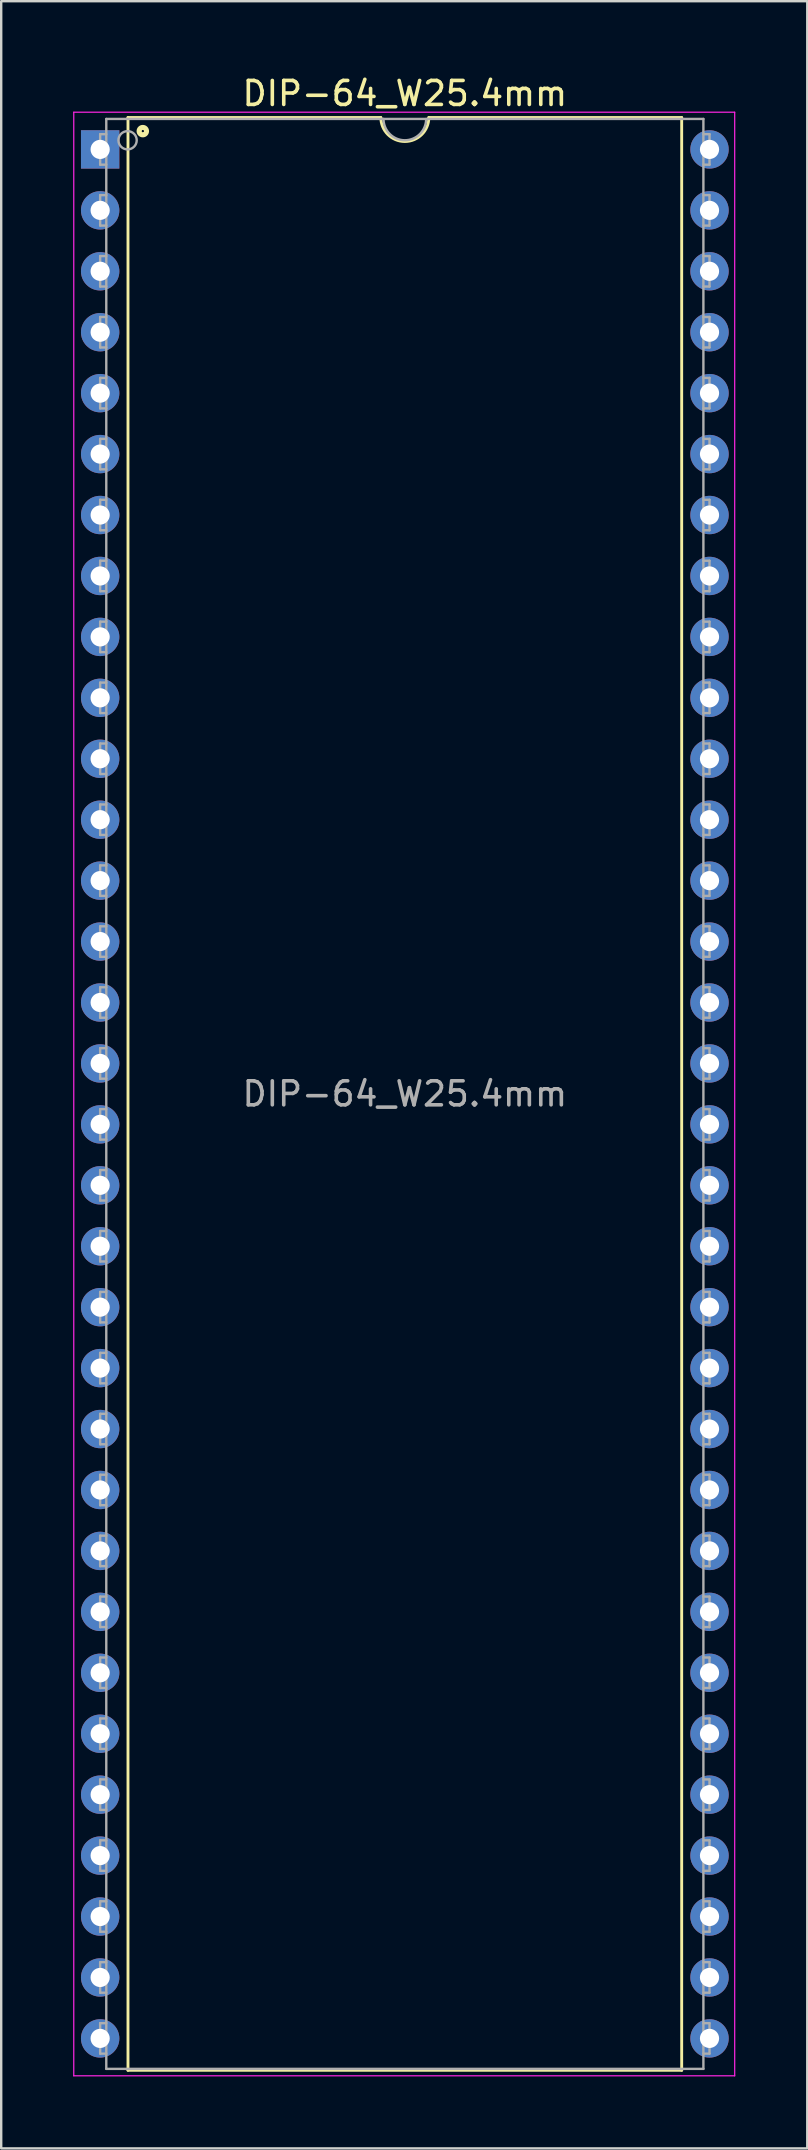
<source format=kicad_pcb>
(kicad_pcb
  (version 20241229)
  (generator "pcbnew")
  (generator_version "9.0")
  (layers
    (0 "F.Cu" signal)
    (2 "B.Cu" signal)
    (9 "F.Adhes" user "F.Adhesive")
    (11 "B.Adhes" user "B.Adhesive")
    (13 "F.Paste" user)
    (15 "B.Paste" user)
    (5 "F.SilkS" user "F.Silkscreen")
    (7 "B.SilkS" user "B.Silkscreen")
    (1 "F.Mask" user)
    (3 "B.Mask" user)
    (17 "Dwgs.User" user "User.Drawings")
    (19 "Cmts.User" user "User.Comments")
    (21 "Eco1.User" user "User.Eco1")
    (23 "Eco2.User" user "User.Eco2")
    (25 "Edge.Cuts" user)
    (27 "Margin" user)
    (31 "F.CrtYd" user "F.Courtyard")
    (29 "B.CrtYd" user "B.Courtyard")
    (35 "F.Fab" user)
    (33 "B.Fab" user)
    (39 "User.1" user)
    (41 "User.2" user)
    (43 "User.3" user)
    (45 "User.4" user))
  (footprint "DIP-64_W25.4mm"
    (layer "F.Cu")
    (at 1.125 3.178)
    (property "Reference" "DIP-64_W25.4mm" (at 12.7 -2.33 0) (layer "F.SilkS") (effects (font (size 1 1) (thickness 0.15))))
    (attr through_hole)
    (fp_line (start 1.16 -1.33) (end 1.16 80.07) (stroke (width 0.12) (type solid)) (layer "F.SilkS"))
    (fp_line (start 1.16 80.07) (end 24.24 80.07) (stroke (width 0.12) (type solid)) (layer "F.SilkS"))
    (fp_line (start 11.7 -1.33) (end 1.16 -1.33) (stroke (width 0.12) (type solid)) (layer "F.SilkS"))
    (fp_line (start 24.24 -1.33) (end 13.7 -1.33) (stroke (width 0.12) (type solid)) (layer "F.SilkS"))
    (fp_line (start 24.24 80.07) (end 24.24 -1.33) (stroke (width 0.12) (type solid)) (layer "F.SilkS"))
    (fp_arc (start 13.7 -1.33) (mid 12.7 -0.33) (end 11.7 -1.33) (stroke (width 0.12) (type solid)) (layer "F.SilkS"))
    (fp_circle (center 1.778 -0.762) (end 1.828 -0.762) (stroke (width 0.12) (type solid)) (fill no) (layer "F.SilkS"))
    (fp_circle (center 1.778 -0.762) (end 1.903 -0.762) (stroke (width 0.12) (type solid)) (fill no) (layer "F.SilkS"))
    (fp_circle (center 1.778 -0.762) (end 1.978 -0.762) (stroke (width 0.12) (type solid)) (fill no) (layer "F.SilkS"))
    (fp_line (start -1.1 -1.55) (end -1.1 80.3) (stroke (width 0.05) (type solid)) (layer "F.CrtYd"))
    (fp_line (start -1.1 80.3) (end 26.45 80.3) (stroke (width 0.05) (type solid)) (layer "F.CrtYd"))
    (fp_line (start 26.45 -1.55) (end -1.1 -1.55) (stroke (width 0.05) (type solid)) (layer "F.CrtYd"))
    (fp_line (start 26.45 80.3) (end 26.45 -1.55) (stroke (width 0.05) (type solid)) (layer "F.CrtYd"))
    (fp_line (start 0 -0.635) (end 0 0.635) (stroke (width 0.1) (type solid)) (layer "F.Fab"))
    (fp_line (start 0 -0.635) (end 0.254 -0.635) (stroke (width 0.1) (type solid)) (layer "F.Fab"))
    (fp_line (start 0 0.635) (end 0.254 0.635) (stroke (width 0.1) (type solid)) (layer "F.Fab"))
    (fp_line (start 0 1.905) (end 0 3.175) (stroke (width 0.1) (type solid)) (layer "F.Fab"))
    (fp_line (start 0 1.905) (end 0.254 1.905) (stroke (width 0.1) (type solid)) (layer "F.Fab"))
    (fp_line (start 0 3.175) (end 0.254 3.175) (stroke (width 0.1) (type solid)) (layer "F.Fab"))
    (fp_line (start 0 4.445) (end 0 5.715) (stroke (width 0.1) (type solid)) (layer "F.Fab"))
    (fp_line (start 0 4.445) (end 0.254 4.445) (stroke (width 0.1) (type solid)) (layer "F.Fab"))
    (fp_line (start 0 5.715) (end 0.254 5.715) (stroke (width 0.1) (type solid)) (layer "F.Fab"))
    (fp_line (start 0 6.985) (end 0 8.255) (stroke (width 0.1) (type solid)) (layer "F.Fab"))
    (fp_line (start 0 6.985) (end 0.254 6.985) (stroke (width 0.1) (type solid)) (layer "F.Fab"))
    (fp_line (start 0 8.255) (end 0.254 8.255) (stroke (width 0.1) (type solid)) (layer "F.Fab"))
    (fp_line (start 0 9.525) (end 0 10.795) (stroke (width 0.1) (type solid)) (layer "F.Fab"))
    (fp_line (start 0 9.525) (end 0.254 9.525) (stroke (width 0.1) (type solid)) (layer "F.Fab"))
    (fp_line (start 0 10.795) (end 0.254 10.795) (stroke (width 0.1) (type solid)) (layer "F.Fab"))
    (fp_line (start 0 12.065) (end 0 13.335) (stroke (width 0.1) (type solid)) (layer "F.Fab"))
    (fp_line (start 0 12.065) (end 0.254 12.065) (stroke (width 0.1) (type solid)) (layer "F.Fab"))
    (fp_line (start 0 13.335) (end 0.254 13.335) (stroke (width 0.1) (type solid)) (layer "F.Fab"))
    (fp_line (start 0 14.605) (end 0 15.875) (stroke (width 0.1) (type solid)) (layer "F.Fab"))
    (fp_line (start 0 14.605) (end 0.254 14.605) (stroke (width 0.1) (type solid)) (layer "F.Fab"))
    (fp_line (start 0 15.875) (end 0.254 15.875) (stroke (width 0.1) (type solid)) (layer "F.Fab"))
    (fp_line (start 0 17.145) (end 0 18.415) (stroke (width 0.1) (type solid)) (layer "F.Fab"))
    (fp_line (start 0 17.145) (end 0.254 17.145) (stroke (width 0.1) (type solid)) (layer "F.Fab"))
    (fp_line (start 0 18.415) (end 0.254 18.415) (stroke (width 0.1) (type solid)) (layer "F.Fab"))
    (fp_line (start 0 19.685) (end 0 20.955) (stroke (width 0.1) (type solid)) (layer "F.Fab"))
    (fp_line (start 0 19.685) (end 0.254 19.685) (stroke (width 0.1) (type solid)) (layer "F.Fab"))
    (fp_line (start 0 20.955) (end 0.254 20.955) (stroke (width 0.1) (type solid)) (layer "F.Fab"))
    (fp_line (start 0 22.225) (end 0 23.495) (stroke (width 0.1) (type solid)) (layer "F.Fab"))
    (fp_line (start 0 22.225) (end 0.254 22.225) (stroke (width 0.1) (type solid)) (layer "F.Fab"))
    (fp_line (start 0 23.495) (end 0.254 23.495) (stroke (width 0.1) (type solid)) (layer "F.Fab"))
    (fp_line (start 0 24.765) (end 0 26.035) (stroke (width 0.1) (type solid)) (layer "F.Fab"))
    (fp_line (start 0 24.765) (end 0.254 24.765) (stroke (width 0.1) (type solid)) (layer "F.Fab"))
    (fp_line (start 0 26.035) (end 0.254 26.035) (stroke (width 0.1) (type solid)) (layer "F.Fab"))
    (fp_line (start 0 27.305) (end 0 28.575) (stroke (width 0.1) (type solid)) (layer "F.Fab"))
    (fp_line (start 0 27.305) (end 0.254 27.305) (stroke (width 0.1) (type solid)) (layer "F.Fab"))
    (fp_line (start 0 28.575) (end 0.254 28.575) (stroke (width 0.1) (type solid)) (layer "F.Fab"))
    (fp_line (start 0 29.845) (end 0 31.115) (stroke (width 0.1) (type solid)) (layer "F.Fab"))
    (fp_line (start 0 29.845) (end 0.254 29.845) (stroke (width 0.1) (type solid)) (layer "F.Fab"))
    (fp_line (start 0 31.115) (end 0.254 31.115) (stroke (width 0.1) (type solid)) (layer "F.Fab"))
    (fp_line (start 0 32.385) (end 0 33.655) (stroke (width 0.1) (type solid)) (layer "F.Fab"))
    (fp_line (start 0 32.385) (end 0.254 32.385) (stroke (width 0.1) (type solid)) (layer "F.Fab"))
    (fp_line (start 0 33.655) (end 0.254 33.655) (stroke (width 0.1) (type solid)) (layer "F.Fab"))
    (fp_line (start 0 34.925) (end 0 36.195) (stroke (width 0.1) (type solid)) (layer "F.Fab"))
    (fp_line (start 0 34.925) (end 0.254 34.925) (stroke (width 0.1) (type solid)) (layer "F.Fab"))
    (fp_line (start 0 36.195) (end 0.254 36.195) (stroke (width 0.1) (type solid)) (layer "F.Fab"))
    (fp_line (start 0 37.465) (end 0 38.735) (stroke (width 0.1) (type solid)) (layer "F.Fab"))
    (fp_line (start 0 37.465) (end 0.254 37.465) (stroke (width 0.1) (type solid)) (layer "F.Fab"))
    (fp_line (start 0 38.735) (end 0.254 38.735) (stroke (width 0.1) (type solid)) (layer "F.Fab"))
    (fp_line (start 0 40.005) (end 0 41.275) (stroke (width 0.1) (type solid)) (layer "F.Fab"))
    (fp_line (start 0 40.005) (end 0.254 40.005) (stroke (width 0.1) (type solid)) (layer "F.Fab"))
    (fp_line (start 0 41.275) (end 0.254 41.275) (stroke (width 0.1) (type solid)) (layer "F.Fab"))
    (fp_line (start 0 42.545) (end 0 43.815) (stroke (width 0.1) (type solid)) (layer "F.Fab"))
    (fp_line (start 0 42.545) (end 0.254 42.545) (stroke (width 0.1) (type solid)) (layer "F.Fab"))
    (fp_line (start 0 43.815) (end 0.254 43.815) (stroke (width 0.1) (type solid)) (layer "F.Fab"))
    (fp_line (start 0 45.085) (end 0 46.355) (stroke (width 0.1) (type solid)) (layer "F.Fab"))
    (fp_line (start 0 45.085) (end 0.254 45.085) (stroke (width 0.1) (type solid)) (layer "F.Fab"))
    (fp_line (start 0 46.355) (end 0.254 46.355) (stroke (width 0.1) (type solid)) (layer "F.Fab"))
    (fp_line (start 0 47.625) (end 0 48.895) (stroke (width 0.1) (type solid)) (layer "F.Fab"))
    (fp_line (start 0 47.625) (end 0.254 47.625) (stroke (width 0.1) (type solid)) (layer "F.Fab"))
    (fp_line (start 0 48.895) (end 0.254 48.895) (stroke (width 0.1) (type solid)) (layer "F.Fab"))
    (fp_line (start 0 50.165) (end 0 51.435) (stroke (width 0.1) (type solid)) (layer "F.Fab"))
    (fp_line (start 0 50.165) (end 0.254 50.165) (stroke (width 0.1) (type solid)) (layer "F.Fab"))
    (fp_line (start 0 51.435) (end 0.254 51.435) (stroke (width 0.1) (type solid)) (layer "F.Fab"))
    (fp_line (start 0 52.705) (end 0 53.975) (stroke (width 0.1) (type solid)) (layer "F.Fab"))
    (fp_line (start 0 52.705) (end 0.254 52.705) (stroke (width 0.1) (type solid)) (layer "F.Fab"))
    (fp_line (start 0 53.975) (end 0.254 53.975) (stroke (width 0.1) (type solid)) (layer "F.Fab"))
    (fp_line (start 0 55.245) (end 0 56.515) (stroke (width 0.1) (type solid)) (layer "F.Fab"))
    (fp_line (start 0 55.245) (end 0.254 55.245) (stroke (width 0.1) (type solid)) (layer "F.Fab"))
    (fp_line (start 0 56.515) (end 0.254 56.515) (stroke (width 0.1) (type solid)) (layer "F.Fab"))
    (fp_line (start 0 57.785) (end 0 59.055) (stroke (width 0.1) (type solid)) (layer "F.Fab"))
    (fp_line (start 0 57.785) (end 0.254 57.785) (stroke (width 0.1) (type solid)) (layer "F.Fab"))
    (fp_line (start 0 59.055) (end 0.254 59.055) (stroke (width 0.1) (type solid)) (layer "F.Fab"))
    (fp_line (start 0 60.325) (end 0 61.595) (stroke (width 0.1) (type solid)) (layer "F.Fab"))
    (fp_line (start 0 60.325) (end 0.254 60.325) (stroke (width 0.1) (type solid)) (layer "F.Fab"))
    (fp_line (start 0 61.595) (end 0.254 61.595) (stroke (width 0.1) (type solid)) (layer "F.Fab"))
    (fp_line (start 0 62.865) (end 0 64.135) (stroke (width 0.1) (type solid)) (layer "F.Fab"))
    (fp_line (start 0 62.865) (end 0.254 62.865) (stroke (width 0.1) (type solid)) (layer "F.Fab"))
    (fp_line (start 0 64.135) (end 0.254 64.135) (stroke (width 0.1) (type solid)) (layer "F.Fab"))
    (fp_line (start 0 65.405) (end 0 66.675) (stroke (width 0.1) (type solid)) (layer "F.Fab"))
    (fp_line (start 0 65.405) (end 0.254 65.405) (stroke (width 0.1) (type solid)) (layer "F.Fab"))
    (fp_line (start 0 66.675) (end 0.254 66.675) (stroke (width 0.1) (type solid)) (layer "F.Fab"))
    (fp_line (start 0 67.945) (end 0 69.215) (stroke (width 0.1) (type solid)) (layer "F.Fab"))
    (fp_line (start 0 67.945) (end 0.254 67.945) (stroke (width 0.1) (type solid)) (layer "F.Fab"))
    (fp_line (start 0 69.215) (end 0.254 69.215) (stroke (width 0.1) (type solid)) (layer "F.Fab"))
    (fp_line (start 0 70.485) (end 0 71.755) (stroke (width 0.1) (type solid)) (layer "F.Fab"))
    (fp_line (start 0 70.485) (end 0.254 70.485) (stroke (width 0.1) (type solid)) (layer "F.Fab"))
    (fp_line (start 0 71.755) (end 0.254 71.755) (stroke (width 0.1) (type solid)) (layer "F.Fab"))
    (fp_line (start 0 73.025) (end 0 74.295) (stroke (width 0.1) (type solid)) (layer "F.Fab"))
    (fp_line (start 0 73.025) (end 0.254 73.025) (stroke (width 0.1) (type solid)) (layer "F.Fab"))
    (fp_line (start 0 74.295) (end 0.254 74.295) (stroke (width 0.1) (type solid)) (layer "F.Fab"))
    (fp_line (start 0 75.565) (end 0 76.835) (stroke (width 0.1) (type solid)) (layer "F.Fab"))
    (fp_line (start 0 75.565) (end 0.254 75.565) (stroke (width 0.1) (type solid)) (layer "F.Fab"))
    (fp_line (start 0 76.835) (end 0.254 76.835) (stroke (width 0.1) (type solid)) (layer "F.Fab"))
    (fp_line (start 0 78.105) (end 0 79.375) (stroke (width 0.1) (type solid)) (layer "F.Fab"))
    (fp_line (start 0 78.105) (end 0.254 78.105) (stroke (width 0.1) (type solid)) (layer "F.Fab"))
    (fp_line (start 0 79.375) (end 0.254 79.375) (stroke (width 0.1) (type solid)) (layer "F.Fab"))
    (fp_line (start 0.255 -1.27) (end 25.145 -1.27) (stroke (width 0.1) (type solid)) (layer "F.Fab"))
    (fp_line (start 0.255 80.01) (end 0.255 -1.27) (stroke (width 0.1) (type solid)) (layer "F.Fab"))
    (fp_line (start 25.145 -1.27) (end 25.145 80.01) (stroke (width 0.1) (type solid)) (layer "F.Fab"))
    (fp_line (start 25.145 80.01) (end 0.255 80.01) (stroke (width 0.1) (type solid)) (layer "F.Fab"))
    (fp_line (start 25.4 -0.635) (end 25.146 -0.635) (stroke (width 0.1) (type solid)) (layer "F.Fab"))
    (fp_line (start 25.4 0.635) (end 25.146 0.635) (stroke (width 0.1) (type solid)) (layer "F.Fab"))
    (fp_line (start 25.4 0.635) (end 25.4 -0.635) (stroke (width 0.1) (type solid)) (layer "F.Fab"))
    (fp_line (start 25.4 1.905) (end 25.146 1.905) (stroke (width 0.1) (type solid)) (layer "F.Fab"))
    (fp_line (start 25.4 3.175) (end 25.146 3.175) (stroke (width 0.1) (type solid)) (layer "F.Fab"))
    (fp_line (start 25.4 3.175) (end 25.4 1.905) (stroke (width 0.1) (type solid)) (layer "F.Fab"))
    (fp_line (start 25.4 4.445) (end 25.146 4.445) (stroke (width 0.1) (type solid)) (layer "F.Fab"))
    (fp_line (start 25.4 5.715) (end 25.146 5.715) (stroke (width 0.1) (type solid)) (layer "F.Fab"))
    (fp_line (start 25.4 5.715) (end 25.4 4.445) (stroke (width 0.1) (type solid)) (layer "F.Fab"))
    (fp_line (start 25.4 6.985) (end 25.146 6.985) (stroke (width 0.1) (type solid)) (layer "F.Fab"))
    (fp_line (start 25.4 8.255) (end 25.146 8.255) (stroke (width 0.1) (type solid)) (layer "F.Fab"))
    (fp_line (start 25.4 8.255) (end 25.4 6.985) (stroke (width 0.1) (type solid)) (layer "F.Fab"))
    (fp_line (start 25.4 9.525) (end 25.146 9.525) (stroke (width 0.1) (type solid)) (layer "F.Fab"))
    (fp_line (start 25.4 10.795) (end 25.146 10.795) (stroke (width 0.1) (type solid)) (layer "F.Fab"))
    (fp_line (start 25.4 10.795) (end 25.4 9.525) (stroke (width 0.1) (type solid)) (layer "F.Fab"))
    (fp_line (start 25.4 12.065) (end 25.146 12.065) (stroke (width 0.1) (type solid)) (layer "F.Fab"))
    (fp_line (start 25.4 13.335) (end 25.146 13.335) (stroke (width 0.1) (type solid)) (layer "F.Fab"))
    (fp_line (start 25.4 13.335) (end 25.4 12.065) (stroke (width 0.1) (type solid)) (layer "F.Fab"))
    (fp_line (start 25.4 14.605) (end 25.146 14.605) (stroke (width 0.1) (type solid)) (layer "F.Fab"))
    (fp_line (start 25.4 15.875) (end 25.146 15.875) (stroke (width 0.1) (type solid)) (layer "F.Fab"))
    (fp_line (start 25.4 15.875) (end 25.4 14.605) (stroke (width 0.1) (type solid)) (layer "F.Fab"))
    (fp_line (start 25.4 17.145) (end 25.146 17.145) (stroke (width 0.1) (type solid)) (layer "F.Fab"))
    (fp_line (start 25.4 18.415) (end 25.146 18.415) (stroke (width 0.1) (type solid)) (layer "F.Fab"))
    (fp_line (start 25.4 18.415) (end 25.4 17.145) (stroke (width 0.1) (type solid)) (layer "F.Fab"))
    (fp_line (start 25.4 19.685) (end 25.146 19.685) (stroke (width 0.1) (type solid)) (layer "F.Fab"))
    (fp_line (start 25.4 20.955) (end 25.146 20.955) (stroke (width 0.1) (type solid)) (layer "F.Fab"))
    (fp_line (start 25.4 20.955) (end 25.4 19.685) (stroke (width 0.1) (type solid)) (layer "F.Fab"))
    (fp_line (start 25.4 22.225) (end 25.146 22.225) (stroke (width 0.1) (type solid)) (layer "F.Fab"))
    (fp_line (start 25.4 23.495) (end 25.146 23.495) (stroke (width 0.1) (type solid)) (layer "F.Fab"))
    (fp_line (start 25.4 23.495) (end 25.4 22.225) (stroke (width 0.1) (type solid)) (layer "F.Fab"))
    (fp_line (start 25.4 24.765) (end 25.146 24.765) (stroke (width 0.1) (type solid)) (layer "F.Fab"))
    (fp_line (start 25.4 26.035) (end 25.146 26.035) (stroke (width 0.1) (type solid)) (layer "F.Fab"))
    (fp_line (start 25.4 26.035) (end 25.4 24.765) (stroke (width 0.1) (type solid)) (layer "F.Fab"))
    (fp_line (start 25.4 27.305) (end 25.146 27.305) (stroke (width 0.1) (type solid)) (layer "F.Fab"))
    (fp_line (start 25.4 28.575) (end 25.146 28.575) (stroke (width 0.1) (type solid)) (layer "F.Fab"))
    (fp_line (start 25.4 28.575) (end 25.4 27.305) (stroke (width 0.1) (type solid)) (layer "F.Fab"))
    (fp_line (start 25.4 29.845) (end 25.146 29.845) (stroke (width 0.1) (type solid)) (layer "F.Fab"))
    (fp_line (start 25.4 31.115) (end 25.146 31.115) (stroke (width 0.1) (type solid)) (layer "F.Fab"))
    (fp_line (start 25.4 31.115) (end 25.4 29.845) (stroke (width 0.1) (type solid)) (layer "F.Fab"))
    (fp_line (start 25.4 32.385) (end 25.146 32.385) (stroke (width 0.1) (type solid)) (layer "F.Fab"))
    (fp_line (start 25.4 33.655) (end 25.146 33.655) (stroke (width 0.1) (type solid)) (layer "F.Fab"))
    (fp_line (start 25.4 33.655) (end 25.4 32.385) (stroke (width 0.1) (type solid)) (layer "F.Fab"))
    (fp_line (start 25.4 34.925) (end 25.146 34.925) (stroke (width 0.1) (type solid)) (layer "F.Fab"))
    (fp_line (start 25.4 36.195) (end 25.146 36.195) (stroke (width 0.1) (type solid)) (layer "F.Fab"))
    (fp_line (start 25.4 36.195) (end 25.4 34.925) (stroke (width 0.1) (type solid)) (layer "F.Fab"))
    (fp_line (start 25.4 37.465) (end 25.146 37.465) (stroke (width 0.1) (type solid)) (layer "F.Fab"))
    (fp_line (start 25.4 38.735) (end 25.146 38.735) (stroke (width 0.1) (type solid)) (layer "F.Fab"))
    (fp_line (start 25.4 38.735) (end 25.4 37.465) (stroke (width 0.1) (type solid)) (layer "F.Fab"))
    (fp_line (start 25.4 40.005) (end 25.146 40.005) (stroke (width 0.1) (type solid)) (layer "F.Fab"))
    (fp_line (start 25.4 41.275) (end 25.146 41.275) (stroke (width 0.1) (type solid)) (layer "F.Fab"))
    (fp_line (start 25.4 41.275) (end 25.4 40.005) (stroke (width 0.1) (type solid)) (layer "F.Fab"))
    (fp_line (start 25.4 42.545) (end 25.146 42.545) (stroke (width 0.1) (type solid)) (layer "F.Fab"))
    (fp_line (start 25.4 43.815) (end 25.146 43.815) (stroke (width 0.1) (type solid)) (layer "F.Fab"))
    (fp_line (start 25.4 43.815) (end 25.4 42.545) (stroke (width 0.1) (type solid)) (layer "F.Fab"))
    (fp_line (start 25.4 45.085) (end 25.146 45.085) (stroke (width 0.1) (type solid)) (layer "F.Fab"))
    (fp_line (start 25.4 46.355) (end 25.146 46.355) (stroke (width 0.1) (type solid)) (layer "F.Fab"))
    (fp_line (start 25.4 46.355) (end 25.4 45.085) (stroke (width 0.1) (type solid)) (layer "F.Fab"))
    (fp_line (start 25.4 47.625) (end 25.146 47.625) (stroke (width 0.1) (type solid)) (layer "F.Fab"))
    (fp_line (start 25.4 48.895) (end 25.146 48.895) (stroke (width 0.1) (type solid)) (layer "F.Fab"))
    (fp_line (start 25.4 48.895) (end 25.4 47.625) (stroke (width 0.1) (type solid)) (layer "F.Fab"))
    (fp_line (start 25.4 50.165) (end 25.146 50.165) (stroke (width 0.1) (type solid)) (layer "F.Fab"))
    (fp_line (start 25.4 51.435) (end 25.146 51.435) (stroke (width 0.1) (type solid)) (layer "F.Fab"))
    (fp_line (start 25.4 51.435) (end 25.4 50.165) (stroke (width 0.1) (type solid)) (layer "F.Fab"))
    (fp_line (start 25.4 52.705) (end 25.146 52.705) (stroke (width 0.1) (type solid)) (layer "F.Fab"))
    (fp_line (start 25.4 53.975) (end 25.146 53.975) (stroke (width 0.1) (type solid)) (layer "F.Fab"))
    (fp_line (start 25.4 53.975) (end 25.4 52.705) (stroke (width 0.1) (type solid)) (layer "F.Fab"))
    (fp_line (start 25.4 55.245) (end 25.146 55.245) (stroke (width 0.1) (type solid)) (layer "F.Fab"))
    (fp_line (start 25.4 56.515) (end 25.146 56.515) (stroke (width 0.1) (type solid)) (layer "F.Fab"))
    (fp_line (start 25.4 56.515) (end 25.4 55.245) (stroke (width 0.1) (type solid)) (layer "F.Fab"))
    (fp_line (start 25.4 57.785) (end 25.146 57.785) (stroke (width 0.1) (type solid)) (layer "F.Fab"))
    (fp_line (start 25.4 59.055) (end 25.146 59.055) (stroke (width 0.1) (type solid)) (layer "F.Fab"))
    (fp_line (start 25.4 59.055) (end 25.4 57.785) (stroke (width 0.1) (type solid)) (layer "F.Fab"))
    (fp_line (start 25.4 60.325) (end 25.146 60.325) (stroke (width 0.1) (type solid)) (layer "F.Fab"))
    (fp_line (start 25.4 61.595) (end 25.146 61.595) (stroke (width 0.1) (type solid)) (layer "F.Fab"))
    (fp_line (start 25.4 61.595) (end 25.4 60.325) (stroke (width 0.1) (type solid)) (layer "F.Fab"))
    (fp_line (start 25.4 62.865) (end 25.146 62.865) (stroke (width 0.1) (type solid)) (layer "F.Fab"))
    (fp_line (start 25.4 64.135) (end 25.146 64.135) (stroke (width 0.1) (type solid)) (layer "F.Fab"))
    (fp_line (start 25.4 64.135) (end 25.4 62.865) (stroke (width 0.1) (type solid)) (layer "F.Fab"))
    (fp_line (start 25.4 65.405) (end 25.146 65.405) (stroke (width 0.1) (type solid)) (layer "F.Fab"))
    (fp_line (start 25.4 66.675) (end 25.146 66.675) (stroke (width 0.1) (type solid)) (layer "F.Fab"))
    (fp_line (start 25.4 66.675) (end 25.4 65.405) (stroke (width 0.1) (type solid)) (layer "F.Fab"))
    (fp_line (start 25.4 67.945) (end 25.146 67.945) (stroke (width 0.1) (type solid)) (layer "F.Fab"))
    (fp_line (start 25.4 69.215) (end 25.146 69.215) (stroke (width 0.1) (type solid)) (layer "F.Fab"))
    (fp_line (start 25.4 69.215) (end 25.4 67.945) (stroke (width 0.1) (type solid)) (layer "F.Fab"))
    (fp_line (start 25.4 70.485) (end 25.146 70.485) (stroke (width 0.1) (type solid)) (layer "F.Fab"))
    (fp_line (start 25.4 71.755) (end 25.146 71.755) (stroke (width 0.1) (type solid)) (layer "F.Fab"))
    (fp_line (start 25.4 71.755) (end 25.4 70.485) (stroke (width 0.1) (type solid)) (layer "F.Fab"))
    (fp_line (start 25.4 73.025) (end 25.146 73.025) (stroke (width 0.1) (type solid)) (layer "F.Fab"))
    (fp_line (start 25.4 74.295) (end 25.146 74.295) (stroke (width 0.1) (type solid)) (layer "F.Fab"))
    (fp_line (start 25.4 74.295) (end 25.4 73.025) (stroke (width 0.1) (type solid)) (layer "F.Fab"))
    (fp_line (start 25.4 75.565) (end 25.146 75.565) (stroke (width 0.1) (type solid)) (layer "F.Fab"))
    (fp_line (start 25.4 76.835) (end 25.146 76.835) (stroke (width 0.1) (type solid)) (layer "F.Fab"))
    (fp_line (start 25.4 76.835) (end 25.4 75.565) (stroke (width 0.1) (type solid)) (layer "F.Fab"))
    (fp_line (start 25.4 78.105) (end 25.146 78.105) (stroke (width 0.1) (type solid)) (layer "F.Fab"))
    (fp_line (start 25.4 79.375) (end 25.146 79.375) (stroke (width 0.1) (type solid)) (layer "F.Fab"))
    (fp_line (start 25.4 79.375) (end 25.4 78.105) (stroke (width 0.1) (type solid)) (layer "F.Fab"))
    (fp_arc (start 13.589 -1.27) (mid 12.7 -0.381) (end 11.811 -1.27) (stroke (width 0.1) (type solid)) (layer "F.Fab"))
    (fp_circle (center 1.143 -0.381) (end 1.524 -0.381) (stroke (width 0.1) (type solid)) (fill no) (layer "F.Fab"))
    (fp_text user "${REFERENCE}" (at 12.7 39.37 0) (layer "F.Fab") (effects (font (size 1 1) (thickness 0.15))))
    (pad "1" thru_hole rect (at 0 0) (size 1.6 1.6) (drill 0.8) (layers "*.Cu" "*.Mask"))
    (pad "2" thru_hole oval (at 0 2.54) (size 1.6 1.6) (drill 0.8) (layers "*.Cu" "*.Mask"))
    (pad "3" thru_hole oval (at 0 5.08) (size 1.6 1.6) (drill 0.8) (layers "*.Cu" "*.Mask"))
    (pad "4" thru_hole oval (at 0 7.62) (size 1.6 1.6) (drill 0.8) (layers "*.Cu" "*.Mask"))
    (pad "5" thru_hole oval (at 0 10.16) (size 1.6 1.6) (drill 0.8) (layers "*.Cu" "*.Mask"))
    (pad "6" thru_hole oval (at 0 12.7) (size 1.6 1.6) (drill 0.8) (layers "*.Cu" "*.Mask"))
    (pad "7" thru_hole oval (at 0 15.24) (size 1.6 1.6) (drill 0.8) (layers "*.Cu" "*.Mask"))
    (pad "8" thru_hole oval (at 0 17.78) (size 1.6 1.6) (drill 0.8) (layers "*.Cu" "*.Mask"))
    (pad "9" thru_hole oval (at 0 20.32) (size 1.6 1.6) (drill 0.8) (layers "*.Cu" "*.Mask"))
    (pad "10" thru_hole oval (at 0 22.86) (size 1.6 1.6) (drill 0.8) (layers "*.Cu" "*.Mask"))
    (pad "11" thru_hole oval (at 0 25.4) (size 1.6 1.6) (drill 0.8) (layers "*.Cu" "*.Mask"))
    (pad "12" thru_hole oval (at 0 27.94) (size 1.6 1.6) (drill 0.8) (layers "*.Cu" "*.Mask"))
    (pad "13" thru_hole oval (at 0 30.48) (size 1.6 1.6) (drill 0.8) (layers "*.Cu" "*.Mask"))
    (pad "14" thru_hole oval (at 0 33.02) (size 1.6 1.6) (drill 0.8) (layers "*.Cu" "*.Mask"))
    (pad "15" thru_hole oval (at 0 35.56) (size 1.6 1.6) (drill 0.8) (layers "*.Cu" "*.Mask"))
    (pad "16" thru_hole oval (at 0 38.1) (size 1.6 1.6) (drill 0.8) (layers "*.Cu" "*.Mask"))
    (pad "17" thru_hole oval (at 0 40.64) (size 1.6 1.6) (drill 0.8) (layers "*.Cu" "*.Mask"))
    (pad "18" thru_hole oval (at 0 43.18) (size 1.6 1.6) (drill 0.8) (layers "*.Cu" "*.Mask"))
    (pad "19" thru_hole oval (at 0 45.72) (size 1.6 1.6) (drill 0.8) (layers "*.Cu" "*.Mask"))
    (pad "20" thru_hole oval (at 0 48.26) (size 1.6 1.6) (drill 0.8) (layers "*.Cu" "*.Mask"))
    (pad "21" thru_hole oval (at 0 50.8) (size 1.6 1.6) (drill 0.8) (layers "*.Cu" "*.Mask"))
    (pad "22" thru_hole oval (at 0 53.34) (size 1.6 1.6) (drill 0.8) (layers "*.Cu" "*.Mask"))
    (pad "23" thru_hole oval (at 0 55.88) (size 1.6 1.6) (drill 0.8) (layers "*.Cu" "*.Mask"))
    (pad "24" thru_hole oval (at 0 58.42) (size 1.6 1.6) (drill 0.8) (layers "*.Cu" "*.Mask"))
    (pad "25" thru_hole oval (at 0 60.96) (size 1.6 1.6) (drill 0.8) (layers "*.Cu" "*.Mask"))
    (pad "26" thru_hole oval (at 0 63.5) (size 1.6 1.6) (drill 0.8) (layers "*.Cu" "*.Mask"))
    (pad "27" thru_hole oval (at 0 66.04) (size 1.6 1.6) (drill 0.8) (layers "*.Cu" "*.Mask"))
    (pad "28" thru_hole oval (at 0 68.58) (size 1.6 1.6) (drill 0.8) (layers "*.Cu" "*.Mask"))
    (pad "29" thru_hole oval (at 0 71.12) (size 1.6 1.6) (drill 0.8) (layers "*.Cu" "*.Mask"))
    (pad "30" thru_hole oval (at 0 73.66) (size 1.6 1.6) (drill 0.8) (layers "*.Cu" "*.Mask"))
    (pad "31" thru_hole oval (at 0 76.2) (size 1.6 1.6) (drill 0.8) (layers "*.Cu" "*.Mask"))
    (pad "32" thru_hole oval (at 0 78.74) (size 1.6 1.6) (drill 0.8) (layers "*.Cu" "*.Mask"))
    (pad "33" thru_hole oval (at 25.4 78.74) (size 1.6 1.6) (drill 0.8) (layers "*.Cu" "*.Mask"))
    (pad "34" thru_hole oval (at 25.4 76.2) (size 1.6 1.6) (drill 0.8) (layers "*.Cu" "*.Mask"))
    (pad "35" thru_hole oval (at 25.4 73.66) (size 1.6 1.6) (drill 0.8) (layers "*.Cu" "*.Mask"))
    (pad "36" thru_hole oval (at 25.4 71.12) (size 1.6 1.6) (drill 0.8) (layers "*.Cu" "*.Mask"))
    (pad "37" thru_hole oval (at 25.4 68.58) (size 1.6 1.6) (drill 0.8) (layers "*.Cu" "*.Mask"))
    (pad "38" thru_hole oval (at 25.4 66.04) (size 1.6 1.6) (drill 0.8) (layers "*.Cu" "*.Mask"))
    (pad "39" thru_hole oval (at 25.4 63.5) (size 1.6 1.6) (drill 0.8) (layers "*.Cu" "*.Mask"))
    (pad "40" thru_hole oval (at 25.4 60.96) (size 1.6 1.6) (drill 0.8) (layers "*.Cu" "*.Mask"))
    (pad "41" thru_hole oval (at 25.4 58.42) (size 1.6 1.6) (drill 0.8) (layers "*.Cu" "*.Mask"))
    (pad "42" thru_hole oval (at 25.4 55.88) (size 1.6 1.6) (drill 0.8) (layers "*.Cu" "*.Mask"))
    (pad "43" thru_hole oval (at 25.4 53.34) (size 1.6 1.6) (drill 0.8) (layers "*.Cu" "*.Mask"))
    (pad "44" thru_hole oval (at 25.4 50.8) (size 1.6 1.6) (drill 0.8) (layers "*.Cu" "*.Mask"))
    (pad "45" thru_hole oval (at 25.4 48.26) (size 1.6 1.6) (drill 0.8) (layers "*.Cu" "*.Mask"))
    (pad "46" thru_hole oval (at 25.4 45.72) (size 1.6 1.6) (drill 0.8) (layers "*.Cu" "*.Mask"))
    (pad "47" thru_hole oval (at 25.4 43.18) (size 1.6 1.6) (drill 0.8) (layers "*.Cu" "*.Mask"))
    (pad "48" thru_hole oval (at 25.4 40.64) (size 1.6 1.6) (drill 0.8) (layers "*.Cu" "*.Mask"))
    (pad "49" thru_hole oval (at 25.4 38.1) (size 1.6 1.6) (drill 0.8) (layers "*.Cu" "*.Mask"))
    (pad "50" thru_hole oval (at 25.4 35.56) (size 1.6 1.6) (drill 0.8) (layers "*.Cu" "*.Mask"))
    (pad "51" thru_hole oval (at 25.4 33.02) (size 1.6 1.6) (drill 0.8) (layers "*.Cu" "*.Mask"))
    (pad "52" thru_hole oval (at 25.4 30.48) (size 1.6 1.6) (drill 0.8) (layers "*.Cu" "*.Mask"))
    (pad "53" thru_hole oval (at 25.4 27.94) (size 1.6 1.6) (drill 0.8) (layers "*.Cu" "*.Mask"))
    (pad "54" thru_hole oval (at 25.4 25.4) (size 1.6 1.6) (drill 0.8) (layers "*.Cu" "*.Mask"))
    (pad "55" thru_hole oval (at 25.4 22.86) (size 1.6 1.6) (drill 0.8) (layers "*.Cu" "*.Mask"))
    (pad "56" thru_hole oval (at 25.4 20.32) (size 1.6 1.6) (drill 0.8) (layers "*.Cu" "*.Mask"))
    (pad "57" thru_hole oval (at 25.4 17.78) (size 1.6 1.6) (drill 0.8) (layers "*.Cu" "*.Mask"))
    (pad "58" thru_hole oval (at 25.4 15.24) (size 1.6 1.6) (drill 0.8) (layers "*.Cu" "*.Mask"))
    (pad "59" thru_hole oval (at 25.4 12.7) (size 1.6 1.6) (drill 0.8) (layers "*.Cu" "*.Mask"))
    (pad "60" thru_hole oval (at 25.4 10.16) (size 1.6 1.6) (drill 0.8) (layers "*.Cu" "*.Mask"))
    (pad "61" thru_hole oval (at 25.4 7.62) (size 1.6 1.6) (drill 0.8) (layers "*.Cu" "*.Mask"))
    (pad "62" thru_hole oval (at 25.4 5.08) (size 1.6 1.6) (drill 0.8) (layers "*.Cu" "*.Mask"))
    (pad "63" thru_hole oval (at 25.4 2.54) (size 1.6 1.6) (drill 0.8) (layers "*.Cu" "*.Mask"))
    (pad "64" thru_hole oval (at 25.4 0) (size 1.6 1.6) (drill 0.8) (layers "*.Cu" "*.Mask")))
  (gr_rect
    (start -3 -3)
    (end 30.6 86.503)
    (stroke (width 0.1) (type default))
    (fill no)
    (layer "Edge.Cuts")))
</source>
